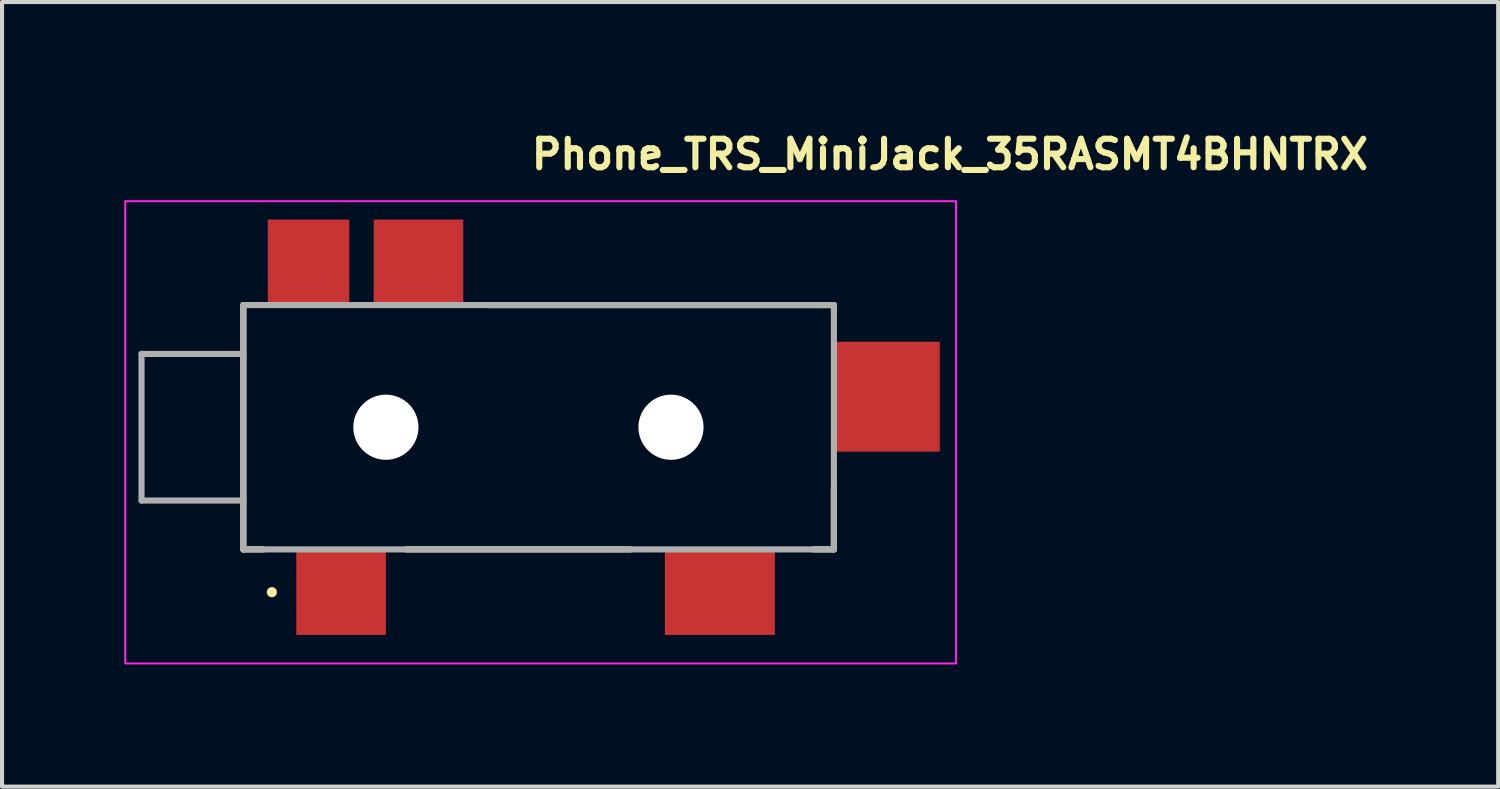
<source format=kicad_pcb>
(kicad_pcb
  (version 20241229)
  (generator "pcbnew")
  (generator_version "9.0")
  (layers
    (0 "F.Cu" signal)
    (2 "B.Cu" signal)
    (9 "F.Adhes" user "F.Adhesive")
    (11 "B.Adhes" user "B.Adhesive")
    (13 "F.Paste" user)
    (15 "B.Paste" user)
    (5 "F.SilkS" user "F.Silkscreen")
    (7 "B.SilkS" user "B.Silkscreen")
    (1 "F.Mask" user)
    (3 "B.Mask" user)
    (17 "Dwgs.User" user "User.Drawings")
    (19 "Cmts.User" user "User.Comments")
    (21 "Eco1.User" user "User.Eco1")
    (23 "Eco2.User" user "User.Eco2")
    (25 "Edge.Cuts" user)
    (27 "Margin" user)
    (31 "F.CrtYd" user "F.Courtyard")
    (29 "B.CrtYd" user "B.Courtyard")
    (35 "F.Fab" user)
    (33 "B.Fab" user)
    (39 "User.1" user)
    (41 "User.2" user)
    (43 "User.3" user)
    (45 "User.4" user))
  (footprint "Phone_TRS_MiniJack_35RASMT4BHNTRX"
    (layer "F.Cu")
    (at 9.925 7.45)
    (property "Reference" "Phone_TRS_MiniJack_35RASMT4BHNTRX" (at 0 -6.3 0) (layer "F.SilkS") (effects (font (size 0.7 0.7) (thickness 0.15)) (justify left bottom)))
    (attr smd)
    (fp_line (start -7 2.99) (end -7 -3.01) (stroke (width 0.15) (type solid)) (layer "F.SilkS"))
    (fp_line (start -6.5 2.99) (end -7 2.99) (stroke (width 0.15) (type solid)) (layer "F.SilkS"))
    (fp_line (start -3 2.99) (end 2.5 2.99) (stroke (width 0.15) (type solid)) (layer "F.SilkS"))
    (fp_line (start -1 -3.01) (end 7.5 -3.01) (stroke (width 0.15) (type solid)) (layer "F.SilkS"))
    (fp_line (start 7 2.99) (end 7.5 2.99) (stroke (width 0.15) (type solid)) (layer "F.SilkS"))
    (fp_line (start 7.5 2.99) (end 7.5 1.49) (stroke (width 0.15) (type solid)) (layer "F.SilkS"))
    (fp_circle (center -6.3 4.04) (end -6.25 4.04) (stroke (width 0.15) (type solid)) (fill yes) (layer "F.SilkS"))
    (fp_rect (start -9.9 -5.56) (end 10.5 5.79) (stroke (width 0.05) (type solid)) (fill no) (layer "F.CrtYd"))
    (fp_line (start -9.5 -1.81) (end -9.5 1.79) (stroke (width 0.15) (type solid)) (layer "F.Fab"))
    (fp_line (start -9.5 1.79) (end -7 1.79) (stroke (width 0.15) (type solid)) (layer "F.Fab"))
    (fp_line (start -7 -3.01) (end 7.5 -3.01) (stroke (width 0.15) (type solid)) (layer "F.Fab"))
    (fp_line (start -7 -1.81) (end -9.5 -1.81) (stroke (width 0.15) (type solid)) (layer "F.Fab"))
    (fp_line (start -7 2.99) (end -7 -3.01) (stroke (width 0.15) (type solid)) (layer "F.Fab"))
    (fp_line (start 7.5 -3.01) (end 7.5 2.99) (stroke (width 0.15) (type solid)) (layer "F.Fab"))
    (fp_line (start 7.5 2.99) (end -7 2.99) (stroke (width 0.15) (type solid)) (layer "F.Fab"))
    (fp_rect (start -9.5 -4.496) (end 9.5 4.496) (stroke (width 0.1) (type solid)) (fill no) (layer "User.5"))
    (fp_line (start -9.5 -2.375) (end -9.5 -2.315) (stroke (width 0.02) (type solid)) (layer "User.9"))
    (fp_line (start -9.5 -2.375) (end -9.373 -2.502) (stroke (width 0.02) (type solid)) (layer "User.9"))
    (fp_line (start -9.5 -2.315) (end -9.5 -2.315) (stroke (width 0.02) (type solid)) (layer "User.9"))
    (fp_line (start -9.5 -2.315) (end -9.5 -2.14) (stroke (width 0.02) (type solid)) (layer "User.9"))
    (fp_line (start -9.5 -2.14) (end -9.5 -2.14) (stroke (width 0.02) (type solid)) (layer "User.9"))
    (fp_line (start -9.5 -2.14) (end -9.5 -1.857) (stroke (width 0.02) (type solid)) (layer "User.9"))
    (fp_line (start -9.5 -1.857) (end -9.5 -1.857) (stroke (width 0.02) (type solid)) (layer "User.9"))
    (fp_line (start -9.5 -1.857) (end -9.5 -1.481) (stroke (width 0.02) (type solid)) (layer "User.9"))
    (fp_line (start -9.5 -1.481) (end -9.5 -1.481) (stroke (width 0.02) (type solid)) (layer "User.9"))
    (fp_line (start -9.5 -1.481) (end -9.5 -1.03) (stroke (width 0.02) (type solid)) (layer "User.9"))
    (fp_line (start -9.5 -1.03) (end -9.5 -1.03) (stroke (width 0.02) (type solid)) (layer "User.9"))
    (fp_line (start -9.5 -1.03) (end -9.5 -0.528) (stroke (width 0.02) (type solid)) (layer "User.9"))
    (fp_line (start -9.5 -0.528) (end -9.5 -0.528) (stroke (width 0.02) (type solid)) (layer "User.9"))
    (fp_line (start -9.5 -0.528) (end -9.5 0) (stroke (width 0.02) (type solid)) (layer "User.9"))
    (fp_line (start -9.5 0) (end -9.5 0) (stroke (width 0.02) (type solid)) (layer "User.9"))
    (fp_line (start -9.5 0) (end -9.5 0.528) (stroke (width 0.02) (type solid)) (layer "User.9"))
    (fp_line (start -9.5 0.528) (end -9.5 0.528) (stroke (width 0.02) (type solid)) (layer "User.9"))
    (fp_line (start -9.5 0.528) (end -9.5 1.03) (stroke (width 0.02) (type solid)) (layer "User.9"))
    (fp_line (start -9.5 1.03) (end -9.5 1.03) (stroke (width 0.02) (type solid)) (layer "User.9"))
    (fp_line (start -9.5 1.03) (end -9.5 1.481) (stroke (width 0.02) (type solid)) (layer "User.9"))
    (fp_line (start -9.5 1.481) (end -9.5 1.481) (stroke (width 0.02) (type solid)) (layer "User.9"))
    (fp_line (start -9.5 1.481) (end -9.5 1.857) (stroke (width 0.02) (type solid)) (layer "User.9"))
    (fp_line (start -9.5 1.857) (end -9.5 1.857) (stroke (width 0.02) (type solid)) (layer "User.9"))
    (fp_line (start -9.5 1.857) (end -9.5 2.14) (stroke (width 0.02) (type solid)) (layer "User.9"))
    (fp_line (start -9.5 2.14) (end -9.5 2.14) (stroke (width 0.02) (type solid)) (layer "User.9"))
    (fp_line (start -9.5 2.14) (end -9.5 2.315) (stroke (width 0.02) (type solid)) (layer "User.9"))
    (fp_line (start -9.5 2.315) (end -9.5 2.315) (stroke (width 0.02) (type solid)) (layer "User.9"))
    (fp_line (start -9.5 2.315) (end -9.5 2.375) (stroke (width 0.02) (type solid)) (layer "User.9"))
    (fp_line (start -9.5 2.375) (end -9.373 2.502) (stroke (width 0.02) (type solid)) (layer "User.9"))
    (fp_line (start -9.373 -2.502) (end -9.373 -2.439) (stroke (width 0.02) (type solid)) (layer "User.9"))
    (fp_line (start -9.373 -2.502) (end -7.01 -2.502) (stroke (width 0.02) (type solid)) (layer "User.9"))
    (fp_line (start -9.373 -2.439) (end -9.373 -2.439) (stroke (width 0.02) (type solid)) (layer "User.9"))
    (fp_line (start -9.373 -2.439) (end -9.373 -2.254) (stroke (width 0.02) (type solid)) (layer "User.9"))
    (fp_line (start -9.373 -2.254) (end -9.373 -2.254) (stroke (width 0.02) (type solid)) (layer "User.9"))
    (fp_line (start -9.373 -2.254) (end -9.373 -1.956) (stroke (width 0.02) (type solid)) (layer "User.9"))
    (fp_line (start -9.373 -1.956) (end -9.373 -1.956) (stroke (width 0.02) (type solid)) (layer "User.9"))
    (fp_line (start -9.373 -1.956) (end -9.373 -1.56) (stroke (width 0.02) (type solid)) (layer "User.9"))
    (fp_line (start -9.373 -1.56) (end -9.373 -1.56) (stroke (width 0.02) (type solid)) (layer "User.9"))
    (fp_line (start -9.373 -1.56) (end -9.373 -1.086) (stroke (width 0.02) (type solid)) (layer "User.9"))
    (fp_line (start -9.373 -1.086) (end -9.373 -1.086) (stroke (width 0.02) (type solid)) (layer "User.9"))
    (fp_line (start -9.373 -1.086) (end -9.373 -0.557) (stroke (width 0.02) (type solid)) (layer "User.9"))
    (fp_line (start -9.373 -0.557) (end -9.373 -0.557) (stroke (width 0.02) (type solid)) (layer "User.9"))
    (fp_line (start -9.373 -0.557) (end -9.373 0) (stroke (width 0.02) (type solid)) (layer "User.9"))
    (fp_line (start -9.373 0) (end -9.373 0) (stroke (width 0.02) (type solid)) (layer "User.9"))
    (fp_line (start -9.373 0) (end -9.373 0.557) (stroke (width 0.02) (type solid)) (layer "User.9"))
    (fp_line (start -9.373 0.557) (end -9.373 0.557) (stroke (width 0.02) (type solid)) (layer "User.9"))
    (fp_line (start -9.373 0.557) (end -9.373 1.086) (stroke (width 0.02) (type solid)) (layer "User.9"))
    (fp_line (start -9.373 1.086) (end -9.373 1.086) (stroke (width 0.02) (type solid)) (layer "User.9"))
    (fp_line (start -9.373 1.086) (end -9.373 1.56) (stroke (width 0.02) (type solid)) (layer "User.9"))
    (fp_line (start -9.373 1.56) (end -9.373 1.56) (stroke (width 0.02) (type solid)) (layer "User.9"))
    (fp_line (start -9.373 1.56) (end -9.373 1.956) (stroke (width 0.02) (type solid)) (layer "User.9"))
    (fp_line (start -9.373 1.956) (end -9.373 1.956) (stroke (width 0.02) (type solid)) (layer "User.9"))
    (fp_line (start -9.373 1.956) (end -9.373 2.254) (stroke (width 0.02) (type solid)) (layer "User.9"))
    (fp_line (start -9.373 2.254) (end -9.373 2.254) (stroke (width 0.02) (type solid)) (layer "User.9"))
    (fp_line (start -9.373 2.254) (end -9.373 2.439) (stroke (width 0.02) (type solid)) (layer "User.9"))
    (fp_line (start -9.373 2.439) (end -9.373 2.439) (stroke (width 0.02) (type solid)) (layer "User.9"))
    (fp_line (start -9.373 2.439) (end -9.373 2.502) (stroke (width 0.02) (type solid)) (layer "User.9"))
    (fp_line (start -9.373 2.502) (end -7.01 2.502) (stroke (width 0.02) (type solid)) (layer "User.9"))
    (fp_line (start -7.01 -2.997) (end -7.01 0) (stroke (width 0.02) (type solid)) (layer "User.9"))
    (fp_line (start -7.01 0) (end -7.01 2.997) (stroke (width 0.02) (type solid)) (layer "User.9"))
    (fp_line (start -6.248 2.388) (end -4.089 2.388) (stroke (width 0.02) (type solid)) (layer "User.9"))
    (fp_line (start -6.248 2.997) (end -7.01 2.997) (stroke (width 0.02) (type solid)) (layer "User.9"))
    (fp_line (start -6.248 2.997) (end -6.248 2.388) (stroke (width 0.02) (type solid)) (layer "User.9"))
    (fp_line (start -6.045 2.638) (end -6.045 2.388) (stroke (width 0.02) (type solid)) (layer "User.9"))
    (fp_line (start -6.045 2.638) (end -5.738 2.638) (stroke (width 0.02) (type solid)) (layer "User.9"))
    (fp_line (start -5.738 2.638) (end -5.738 2.388) (stroke (width 0.02) (type solid)) (layer "User.9"))
    (fp_line (start -5.738 2.638) (end -4.579 2.638) (stroke (width 0.02) (type solid)) (layer "User.9"))
    (fp_line (start -5.676 -4.496) (end -4.889 -4.496) (stroke (width 0.02) (type solid)) (layer "User.9"))
    (fp_line (start -5.676 -2.997) (end -5.676 -4.496) (stroke (width 0.02) (type solid)) (layer "User.9"))
    (fp_line (start -5.08 2.738) (end -5.08 2.638) (stroke (width 0.02) (type solid)) (layer "User.9"))
    (fp_line (start -5.08 2.738) (end -5.08 4.496) (stroke (width 0.02) (type solid)) (layer "User.9"))
    (fp_line (start -5.08 4.496) (end -4.089 4.496) (stroke (width 0.02) (type solid)) (layer "User.9"))
    (fp_line (start -4.889 -4.496) (end -4.889 -2.997) (stroke (width 0.02) (type solid)) (layer "User.9"))
    (fp_line (start -4.579 2.388) (end -4.089 2.388) (stroke (width 0.02) (type solid)) (layer "User.9"))
    (fp_line (start -4.579 2.638) (end -4.579 2.388) (stroke (width 0.02) (type solid)) (layer "User.9"))
    (fp_line (start -4.579 2.638) (end -4.089 2.638) (stroke (width 0.02) (type solid)) (layer "User.9"))
    (fp_line (start -4.089 2.388) (end -4.089 2.997) (stroke (width 0.02) (type solid)) (layer "User.9"))
    (fp_line (start -4.089 2.638) (end -4.089 2.388) (stroke (width 0.02) (type solid)) (layer "User.9"))
    (fp_line (start -4.089 2.997) (end 7.493 2.997) (stroke (width 0.02) (type solid)) (layer "User.9"))
    (fp_line (start -4.089 4.496) (end -4.089 2.997) (stroke (width 0.02) (type solid)) (layer "User.9"))
    (fp_line (start -3.213 -4.496) (end -2.222 -4.496) (stroke (width 0.02) (type solid)) (layer "User.9"))
    (fp_line (start -3.213 -2.997) (end -7.01 -2.997) (stroke (width 0.02) (type solid)) (layer "User.9"))
    (fp_line (start -3.213 -2.997) (end -3.213 -4.496) (stroke (width 0.02) (type solid)) (layer "User.9"))
    (fp_line (start -3.213 -2.65) (end -3.213 -2.4) (stroke (width 0.02) (type solid)) (layer "User.9"))
    (fp_line (start -3.213 -2.65) (end -1.181 -2.65) (stroke (width 0.02) (type solid)) (layer "User.9"))
    (fp_line (start -3.213 -2.4) (end -3.213 -2.997) (stroke (width 0.02) (type solid)) (layer "User.9"))
    (fp_line (start -3.213 -2.4) (end -1.181 -2.4) (stroke (width 0.02) (type solid)) (layer "User.9"))
    (fp_line (start -2.222 -4.496) (end -2.222 -2.75) (stroke (width 0.02) (type solid)) (layer "User.9"))
    (fp_line (start -2.222 -2.75) (end -2.222 -2.65) (stroke (width 0.02) (type solid)) (layer "User.9"))
    (fp_line (start -1.181 -2.65) (end -1.181 -2.4) (stroke (width 0.02) (type solid)) (layer "User.9"))
    (fp_line (start -1.054 -2.997) (end -1.054 -2.4) (stroke (width 0.02) (type solid)) (layer "User.9"))
    (fp_line (start -1.054 -2.4) (end -3.213 -2.4) (stroke (width 0.02) (type solid)) (layer "User.9"))
    (fp_line (start 3.95 2.997) (end 3.95 4.496) (stroke (width 0.02) (type solid)) (layer "User.9"))
    (fp_line (start 3.95 4.496) (end 5.448 4.496) (stroke (width 0.02) (type solid)) (layer "User.9"))
    (fp_line (start 5.448 4.496) (end 5.448 2.997) (stroke (width 0.02) (type solid)) (layer "User.9"))
    (fp_line (start 7.493 -2.997) (end -1.054 -2.997) (stroke (width 0.02) (type solid)) (layer "User.9"))
    (fp_line (start 7.493 2.997) (end 7.493 -2.997) (stroke (width 0.02) (type solid)) (layer "User.9"))
    (fp_line (start 7.747 -1.499) (end 7.493 -1.499) (stroke (width 0.02) (type solid)) (layer "User.9"))
    (fp_line (start 7.747 -1.499) (end 7.874 -1.499) (stroke (width 0.02) (type solid)) (layer "User.9"))
    (fp_line (start 7.747 0.508) (end 7.493 0.508) (stroke (width 0.02) (type solid)) (layer "User.9"))
    (fp_line (start 7.747 0.508) (end 7.747 -1.499) (stroke (width 0.02) (type solid)) (layer "User.9"))
    (fp_line (start 7.874 0.508) (end 7.747 0.508) (stroke (width 0.02) (type solid)) (layer "User.9"))
    (fp_line (start 7.874 0.508) (end 7.874 0) (stroke (width 0.02) (type solid)) (layer "User.9"))
    (fp_line (start 9.5 -1.499) (end 7.874 -1.499) (stroke (width 0.02) (type solid)) (layer "User.9"))
    (fp_line (start 9.5 -1.499) (end 9.5 0) (stroke (width 0.02) (type solid)) (layer "User.9"))
    (fp_line (start 9.5 0) (end 7.874 0) (stroke (width 0.02) (type solid)) (layer "User.9"))
    (pad "" np_thru_hole circle (at -3.5 -0.01) (size 1.6 1.6) (drill 1.6) (layers "*.Cu" "*.Mask"))
    (pad "" np_thru_hole circle (at 3.5 -0.01) (size 1.6 1.6) (drill 1.6) (layers "*.Cu" "*.Mask"))
    (pad "1" smd rect (at -4.6 4.04 90) (size 2.1 2.2) (layers "F.Cu" "F.Mask" "F.Paste"))
    (pad "2" smd rect (at -2.7 -4.06 90) (size 2.1 2.2) (layers "F.Cu" "F.Mask" "F.Paste"))
    (pad "3" smd rect (at 4.7 4.04 90) (size 2.1 2.7) (layers "F.Cu" "F.Mask" "F.Paste"))
    (pad "4" smd rect (at -5.4 -4.06) (size 2 2.1) (layers "F.Cu" "F.Mask" "F.Paste"))
    (pad "5" smd rect (at 8.8 -0.76) (size 2.6 2.7) (layers "F.Cu" "F.Mask" "F.Paste")))
  (gr_rect
    (start -3 -3)
    (end 33.735 16.265)
    (stroke (width 0.1) (type default))
    (fill no)
    (layer "Edge.Cuts")))
</source>
